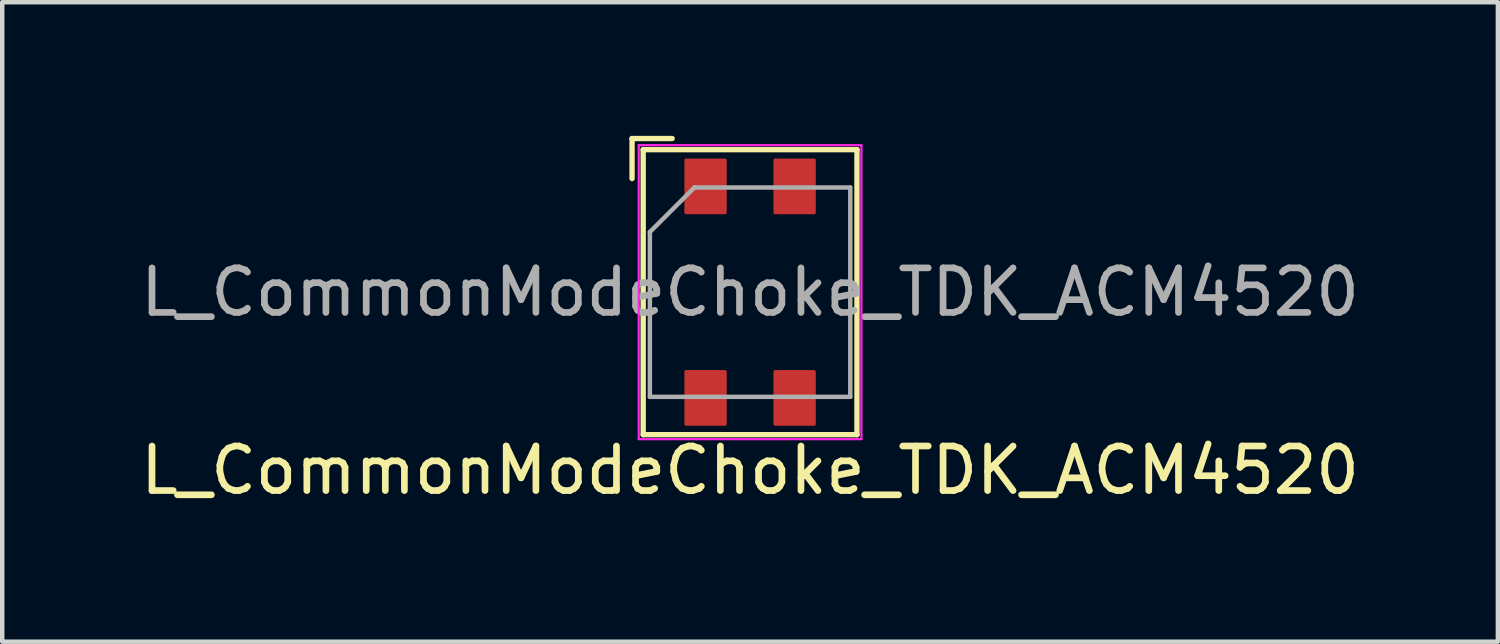
<source format=kicad_pcb>
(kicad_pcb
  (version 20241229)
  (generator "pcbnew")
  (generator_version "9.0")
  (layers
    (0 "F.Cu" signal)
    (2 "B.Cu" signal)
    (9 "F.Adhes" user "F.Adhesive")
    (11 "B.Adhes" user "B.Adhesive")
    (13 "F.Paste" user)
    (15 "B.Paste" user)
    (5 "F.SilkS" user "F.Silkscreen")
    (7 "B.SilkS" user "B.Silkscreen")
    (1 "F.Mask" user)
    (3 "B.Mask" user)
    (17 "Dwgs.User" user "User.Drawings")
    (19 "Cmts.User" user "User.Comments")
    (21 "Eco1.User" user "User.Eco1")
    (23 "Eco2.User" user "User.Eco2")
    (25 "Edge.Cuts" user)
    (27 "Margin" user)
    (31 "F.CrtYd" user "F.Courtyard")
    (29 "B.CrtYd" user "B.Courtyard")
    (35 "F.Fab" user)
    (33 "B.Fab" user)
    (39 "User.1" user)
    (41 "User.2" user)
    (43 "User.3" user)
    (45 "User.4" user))
  (footprint "L_CommonModeChoke_TDK_ACM4520"
    (layer "F.Cu")
    (at 13.792 3.51)
    (property "Reference" "L_CommonModeChoke_TDK_ACM4520" (at 0 4 0) (layer "F.SilkS") (effects (font (size 1 1) (thickness 0.15))))
    (attr smd)
    (fp_line (start -2.65 -2.55) (end -2.65 -3.45) (stroke (width 0.12) (type solid)) (layer "F.SilkS"))
    (fp_line (start -2.4 3.2) (end -2.4 -3.2) (stroke (width 0.12) (type solid)) (layer "F.SilkS"))
    (fp_line (start -1.75 -3.45) (end -2.65 -3.45) (stroke (width 0.12) (type solid)) (layer "F.SilkS"))
    (fp_line (start 2.4 -3.2) (end -2.4 -3.2) (stroke (width 0.12) (type solid)) (layer "F.SilkS"))
    (fp_line (start 2.4 -3.2) (end 2.4 3.2) (stroke (width 0.12) (type solid)) (layer "F.SilkS"))
    (fp_line (start 2.4 3.2) (end -2.4 3.2) (stroke (width 0.12) (type solid)) (layer "F.SilkS"))
    (fp_line (start -2.5 -3.3) (end 2.5 -3.3) (stroke (width 0.05) (type solid)) (layer "F.CrtYd"))
    (fp_line (start -2.5 3.3) (end -2.5 -3.3) (stroke (width 0.05) (type solid)) (layer "F.CrtYd"))
    (fp_line (start -2.5 3.3) (end 2.5 3.3) (stroke (width 0.05) (type solid)) (layer "F.CrtYd"))
    (fp_line (start 2.5 3.3) (end 2.5 -3.3) (stroke (width 0.05) (type solid)) (layer "F.CrtYd"))
    (fp_line (start -2.25 -1.35) (end -1.25 -2.35) (stroke (width 0.1) (type solid)) (layer "F.Fab"))
    (fp_line (start -2.25 2.35) (end -2.25 -1.35) (stroke (width 0.1) (type solid)) (layer "F.Fab"))
    (fp_line (start 2.25 -2.35) (end -1.25 -2.35) (stroke (width 0.1) (type solid)) (layer "F.Fab"))
    (fp_line (start 2.25 2.35) (end -2.25 2.35) (stroke (width 0.1) (type solid)) (layer "F.Fab"))
    (fp_line (start 2.25 2.35) (end 2.25 -2.35) (stroke (width 0.1) (type solid)) (layer "F.Fab"))
    (fp_text user "${REFERENCE}" (at 0 0 0) (layer "F.Fab") (effects (font (size 1 1) (thickness 0.15))))
    (pad "1" smd roundrect (at -1 -2.375) (size 0.95 1.25) (layers "F.Cu" "F.Mask" "F.Paste") (roundrect_rratio 0.037))
    (pad "2" smd roundrect (at 1 -2.375) (size 0.95 1.25) (layers "F.Cu" "F.Mask" "F.Paste") (roundrect_rratio 0.037))
    (pad "3" smd roundrect (at 1 2.375) (size 0.95 1.25) (layers "F.Cu" "F.Mask" "F.Paste") (roundrect_rratio 0.037))
    (pad "4" smd roundrect (at -1 2.375) (size 0.95 1.25) (layers "F.Cu" "F.Mask" "F.Paste") (roundrect_rratio 0.037)))
  (gr_rect
    (start -3 -3)
    (end 30.583 11.358)
    (stroke (width 0.1) (type default))
    (fill no)
    (layer "Edge.Cuts")))
</source>
